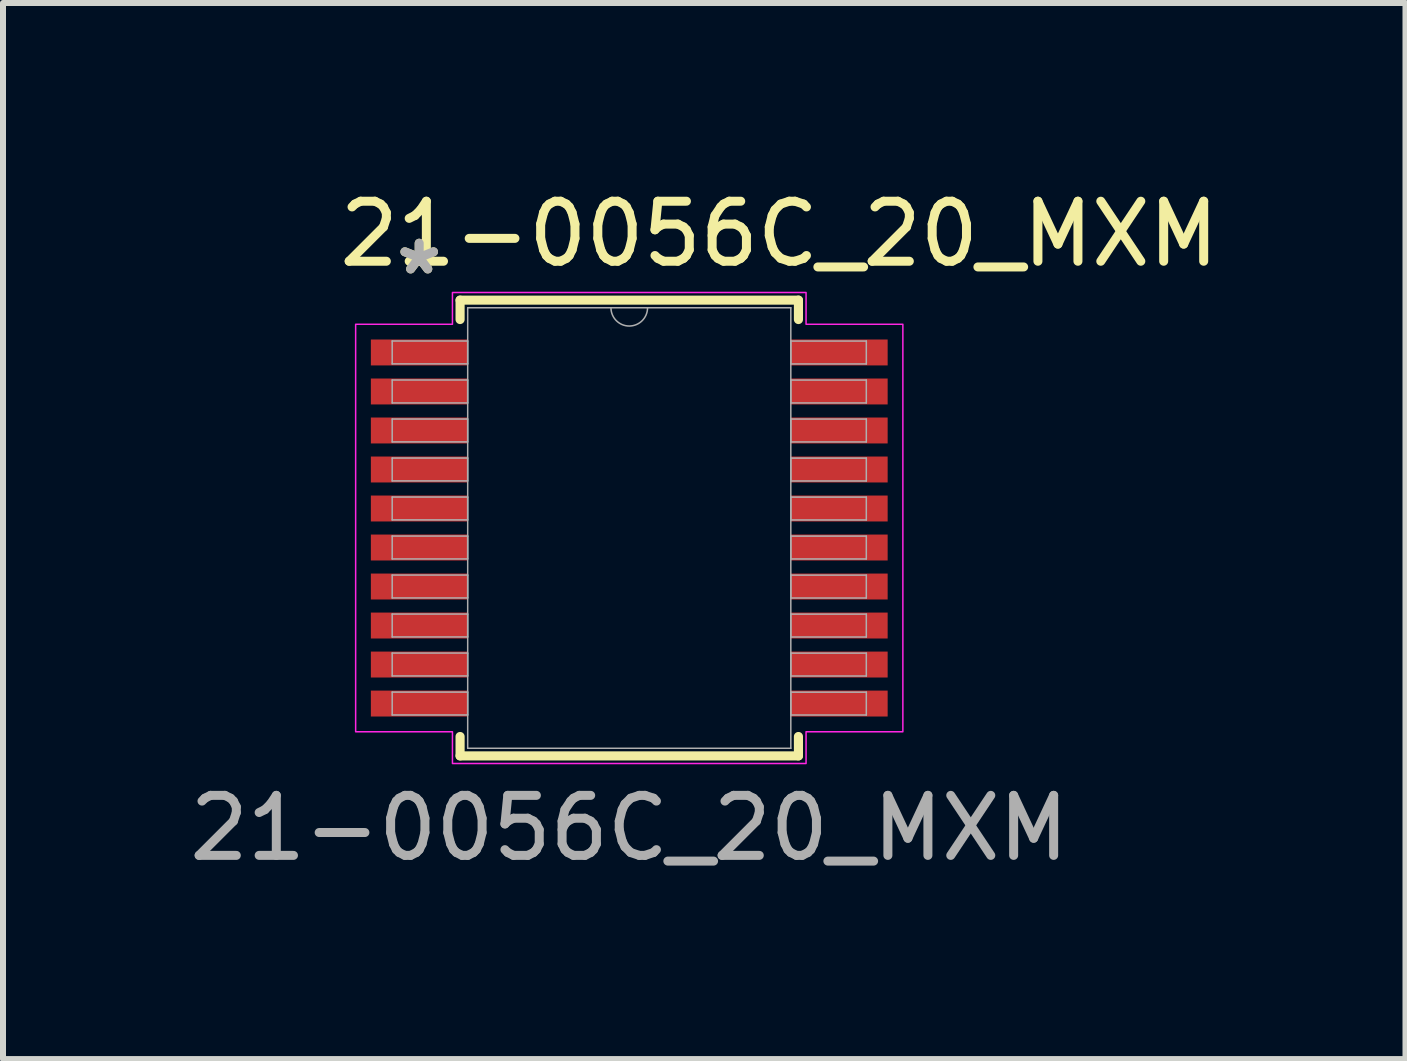
<source format=kicad_pcb>
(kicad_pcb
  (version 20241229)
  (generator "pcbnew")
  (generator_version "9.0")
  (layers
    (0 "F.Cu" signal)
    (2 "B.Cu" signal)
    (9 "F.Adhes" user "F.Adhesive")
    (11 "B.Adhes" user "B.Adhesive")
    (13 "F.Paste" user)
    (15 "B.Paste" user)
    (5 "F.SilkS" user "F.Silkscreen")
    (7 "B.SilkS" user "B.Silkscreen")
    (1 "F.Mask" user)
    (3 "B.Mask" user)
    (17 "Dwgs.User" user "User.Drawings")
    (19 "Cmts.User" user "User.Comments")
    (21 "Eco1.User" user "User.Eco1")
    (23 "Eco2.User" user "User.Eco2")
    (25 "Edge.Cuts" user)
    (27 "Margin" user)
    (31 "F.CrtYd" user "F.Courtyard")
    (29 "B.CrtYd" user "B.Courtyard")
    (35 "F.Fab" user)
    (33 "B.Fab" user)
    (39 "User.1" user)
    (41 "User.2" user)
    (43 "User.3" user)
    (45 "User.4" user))
  (footprint "21-0056C_20_MXM"
    (layer "F.Cu")
    (at 7.435 5.748)
    (property "Reference" "21-0056C_20_MXM" (at 2.5 -4.9 0) (unlocked yes) (layer "F.SilkS") (effects (font (size 1 1) (thickness 0.15))))
    (attr smd)
    (fp_line (start -2.819 -3.797) (end -2.819 -3.474) (stroke (width 0.152) (type solid)) (layer "F.SilkS"))
    (fp_line (start -2.819 3.474) (end -2.819 3.797) (stroke (width 0.152) (type solid)) (layer "F.SilkS"))
    (fp_line (start -2.819 3.797) (end 2.819 3.797) (stroke (width 0.152) (type solid)) (layer "F.SilkS"))
    (fp_line (start 2.819 -3.797) (end -2.819 -3.797) (stroke (width 0.152) (type solid)) (layer "F.SilkS"))
    (fp_line (start 2.819 -3.474) (end 2.819 -3.797) (stroke (width 0.152) (type solid)) (layer "F.SilkS"))
    (fp_line (start 2.819 3.797) (end 2.819 3.474) (stroke (width 0.152) (type solid)) (layer "F.SilkS"))
    (fp_poly (pts (xy -4.559 -3.395) (xy -2.946 -3.395) (xy -2.946 -3.924) (xy 2.946 -3.924) (xy 2.946 -3.395) (xy 4.559 -3.395) (xy 4.559 3.395) (xy 2.946 3.395) (xy 2.946 3.924) (xy -2.946 3.924) (xy -2.946 3.395) (xy -4.559 3.395)) (stroke (width 0.025) (type solid)) (fill no) (layer "F.CrtYd"))
    (fp_line (start -3.95 -3.116) (end -3.95 -2.735) (stroke (width 0.025) (type solid)) (layer "F.Fab"))
    (fp_line (start -3.95 -2.735) (end -2.692 -2.735) (stroke (width 0.025) (type solid)) (layer "F.Fab"))
    (fp_line (start -3.95 -2.466) (end -3.95 -2.084) (stroke (width 0.025) (type solid)) (layer "F.Fab"))
    (fp_line (start -3.95 -2.084) (end -2.692 -2.084) (stroke (width 0.025) (type solid)) (layer "F.Fab"))
    (fp_line (start -3.95 -1.816) (end -3.95 -1.435) (stroke (width 0.025) (type solid)) (layer "F.Fab"))
    (fp_line (start -3.95 -1.435) (end -2.692 -1.435) (stroke (width 0.025) (type solid)) (layer "F.Fab"))
    (fp_line (start -3.95 -1.166) (end -3.95 -0.785) (stroke (width 0.025) (type solid)) (layer "F.Fab"))
    (fp_line (start -3.95 -0.785) (end -2.692 -0.785) (stroke (width 0.025) (type solid)) (layer "F.Fab"))
    (fp_line (start -3.95 -0.516) (end -3.95 -0.135) (stroke (width 0.025) (type solid)) (layer "F.Fab"))
    (fp_line (start -3.95 -0.135) (end -2.692 -0.135) (stroke (width 0.025) (type solid)) (layer "F.Fab"))
    (fp_line (start -3.95 0.134) (end -3.95 0.515) (stroke (width 0.025) (type solid)) (layer "F.Fab"))
    (fp_line (start -3.95 0.515) (end -2.692 0.515) (stroke (width 0.025) (type solid)) (layer "F.Fab"))
    (fp_line (start -3.95 0.784) (end -3.95 1.165) (stroke (width 0.025) (type solid)) (layer "F.Fab"))
    (fp_line (start -3.95 1.165) (end -2.692 1.165) (stroke (width 0.025) (type solid)) (layer "F.Fab"))
    (fp_line (start -3.95 1.434) (end -3.95 1.815) (stroke (width 0.025) (type solid)) (layer "F.Fab"))
    (fp_line (start -3.95 1.815) (end -2.692 1.815) (stroke (width 0.025) (type solid)) (layer "F.Fab"))
    (fp_line (start -3.95 2.084) (end -3.95 2.465) (stroke (width 0.025) (type solid)) (layer "F.Fab"))
    (fp_line (start -3.95 2.465) (end -2.692 2.465) (stroke (width 0.025) (type solid)) (layer "F.Fab"))
    (fp_line (start -3.95 2.734) (end -3.95 3.115) (stroke (width 0.025) (type solid)) (layer "F.Fab"))
    (fp_line (start -3.95 3.115) (end -2.692 3.115) (stroke (width 0.025) (type solid)) (layer "F.Fab"))
    (fp_line (start -2.692 -3.67) (end -2.692 3.67) (stroke (width 0.025) (type solid)) (layer "F.Fab"))
    (fp_line (start -2.692 -3.116) (end -3.95 -3.116) (stroke (width 0.025) (type solid)) (layer "F.Fab"))
    (fp_line (start -2.692 -2.735) (end -2.692 -3.116) (stroke (width 0.025) (type solid)) (layer "F.Fab"))
    (fp_line (start -2.692 -2.466) (end -3.95 -2.466) (stroke (width 0.025) (type solid)) (layer "F.Fab"))
    (fp_line (start -2.692 -2.084) (end -2.692 -2.466) (stroke (width 0.025) (type solid)) (layer "F.Fab"))
    (fp_line (start -2.692 -1.816) (end -3.95 -1.816) (stroke (width 0.025) (type solid)) (layer "F.Fab"))
    (fp_line (start -2.692 -1.435) (end -2.692 -1.816) (stroke (width 0.025) (type solid)) (layer "F.Fab"))
    (fp_line (start -2.692 -1.166) (end -3.95 -1.166) (stroke (width 0.025) (type solid)) (layer "F.Fab"))
    (fp_line (start -2.692 -0.785) (end -2.692 -1.166) (stroke (width 0.025) (type solid)) (layer "F.Fab"))
    (fp_line (start -2.692 -0.516) (end -3.95 -0.516) (stroke (width 0.025) (type solid)) (layer "F.Fab"))
    (fp_line (start -2.692 -0.135) (end -2.692 -0.516) (stroke (width 0.025) (type solid)) (layer "F.Fab"))
    (fp_line (start -2.692 0.134) (end -3.95 0.134) (stroke (width 0.025) (type solid)) (layer "F.Fab"))
    (fp_line (start -2.692 0.515) (end -2.692 0.134) (stroke (width 0.025) (type solid)) (layer "F.Fab"))
    (fp_line (start -2.692 0.784) (end -3.95 0.784) (stroke (width 0.025) (type solid)) (layer "F.Fab"))
    (fp_line (start -2.692 1.165) (end -2.692 0.784) (stroke (width 0.025) (type solid)) (layer "F.Fab"))
    (fp_line (start -2.692 1.434) (end -3.95 1.434) (stroke (width 0.025) (type solid)) (layer "F.Fab"))
    (fp_line (start -2.692 1.815) (end -2.692 1.434) (stroke (width 0.025) (type solid)) (layer "F.Fab"))
    (fp_line (start -2.692 2.084) (end -3.95 2.084) (stroke (width 0.025) (type solid)) (layer "F.Fab"))
    (fp_line (start -2.692 2.465) (end -2.692 2.084) (stroke (width 0.025) (type solid)) (layer "F.Fab"))
    (fp_line (start -2.692 2.734) (end -3.95 2.734) (stroke (width 0.025) (type solid)) (layer "F.Fab"))
    (fp_line (start -2.692 3.115) (end -2.692 2.734) (stroke (width 0.025) (type solid)) (layer "F.Fab"))
    (fp_line (start -2.692 3.67) (end 2.692 3.67) (stroke (width 0.025) (type solid)) (layer "F.Fab"))
    (fp_line (start 2.692 -3.67) (end -2.692 -3.67) (stroke (width 0.025) (type solid)) (layer "F.Fab"))
    (fp_line (start 2.692 -3.115) (end 2.692 -2.734) (stroke (width 0.025) (type solid)) (layer "F.Fab"))
    (fp_line (start 2.692 -2.734) (end 3.95 -2.734) (stroke (width 0.025) (type solid)) (layer "F.Fab"))
    (fp_line (start 2.692 -2.465) (end 2.692 -2.084) (stroke (width 0.025) (type solid)) (layer "F.Fab"))
    (fp_line (start 2.692 -2.084) (end 3.95 -2.084) (stroke (width 0.025) (type solid)) (layer "F.Fab"))
    (fp_line (start 2.692 -1.815) (end 2.692 -1.434) (stroke (width 0.025) (type solid)) (layer "F.Fab"))
    (fp_line (start 2.692 -1.434) (end 3.95 -1.434) (stroke (width 0.025) (type solid)) (layer "F.Fab"))
    (fp_line (start 2.692 -1.165) (end 2.692 -0.784) (stroke (width 0.025) (type solid)) (layer "F.Fab"))
    (fp_line (start 2.692 -0.784) (end 3.95 -0.784) (stroke (width 0.025) (type solid)) (layer "F.Fab"))
    (fp_line (start 2.692 -0.515) (end 2.692 -0.134) (stroke (width 0.025) (type solid)) (layer "F.Fab"))
    (fp_line (start 2.692 -0.134) (end 3.95 -0.134) (stroke (width 0.025) (type solid)) (layer "F.Fab"))
    (fp_line (start 2.692 0.135) (end 2.692 0.516) (stroke (width 0.025) (type solid)) (layer "F.Fab"))
    (fp_line (start 2.692 0.516) (end 3.95 0.516) (stroke (width 0.025) (type solid)) (layer "F.Fab"))
    (fp_line (start 2.692 0.785) (end 2.692 1.166) (stroke (width 0.025) (type solid)) (layer "F.Fab"))
    (fp_line (start 2.692 1.166) (end 3.95 1.166) (stroke (width 0.025) (type solid)) (layer "F.Fab"))
    (fp_line (start 2.692 1.435) (end 2.692 1.816) (stroke (width 0.025) (type solid)) (layer "F.Fab"))
    (fp_line (start 2.692 1.816) (end 3.95 1.816) (stroke (width 0.025) (type solid)) (layer "F.Fab"))
    (fp_line (start 2.692 2.085) (end 2.692 2.466) (stroke (width 0.025) (type solid)) (layer "F.Fab"))
    (fp_line (start 2.692 2.466) (end 3.95 2.466) (stroke (width 0.025) (type solid)) (layer "F.Fab"))
    (fp_line (start 2.692 2.735) (end 2.692 3.116) (stroke (width 0.025) (type solid)) (layer "F.Fab"))
    (fp_line (start 2.692 3.116) (end 3.95 3.116) (stroke (width 0.025) (type solid)) (layer "F.Fab"))
    (fp_line (start 2.692 3.67) (end 2.692 -3.67) (stroke (width 0.025) (type solid)) (layer "F.Fab"))
    (fp_line (start 3.95 -3.115) (end 2.692 -3.115) (stroke (width 0.025) (type solid)) (layer "F.Fab"))
    (fp_line (start 3.95 -2.734) (end 3.95 -3.115) (stroke (width 0.025) (type solid)) (layer "F.Fab"))
    (fp_line (start 3.95 -2.465) (end 2.692 -2.465) (stroke (width 0.025) (type solid)) (layer "F.Fab"))
    (fp_line (start 3.95 -2.084) (end 3.95 -2.465) (stroke (width 0.025) (type solid)) (layer "F.Fab"))
    (fp_line (start 3.95 -1.815) (end 2.692 -1.815) (stroke (width 0.025) (type solid)) (layer "F.Fab"))
    (fp_line (start 3.95 -1.434) (end 3.95 -1.815) (stroke (width 0.025) (type solid)) (layer "F.Fab"))
    (fp_line (start 3.95 -1.165) (end 2.692 -1.165) (stroke (width 0.025) (type solid)) (layer "F.Fab"))
    (fp_line (start 3.95 -0.784) (end 3.95 -1.165) (stroke (width 0.025) (type solid)) (layer "F.Fab"))
    (fp_line (start 3.95 -0.515) (end 2.692 -0.515) (stroke (width 0.025) (type solid)) (layer "F.Fab"))
    (fp_line (start 3.95 -0.134) (end 3.95 -0.515) (stroke (width 0.025) (type solid)) (layer "F.Fab"))
    (fp_line (start 3.95 0.135) (end 2.692 0.135) (stroke (width 0.025) (type solid)) (layer "F.Fab"))
    (fp_line (start 3.95 0.516) (end 3.95 0.135) (stroke (width 0.025) (type solid)) (layer "F.Fab"))
    (fp_line (start 3.95 0.785) (end 2.692 0.785) (stroke (width 0.025) (type solid)) (layer "F.Fab"))
    (fp_line (start 3.95 1.166) (end 3.95 0.785) (stroke (width 0.025) (type solid)) (layer "F.Fab"))
    (fp_line (start 3.95 1.435) (end 2.692 1.435) (stroke (width 0.025) (type solid)) (layer "F.Fab"))
    (fp_line (start 3.95 1.816) (end 3.95 1.435) (stroke (width 0.025) (type solid)) (layer "F.Fab"))
    (fp_line (start 3.95 2.085) (end 2.692 2.085) (stroke (width 0.025) (type solid)) (layer "F.Fab"))
    (fp_line (start 3.95 2.466) (end 3.95 2.085) (stroke (width 0.025) (type solid)) (layer "F.Fab"))
    (fp_line (start 3.95 2.735) (end 2.692 2.735) (stroke (width 0.025) (type solid)) (layer "F.Fab"))
    (fp_line (start 3.95 3.116) (end 3.95 2.735) (stroke (width 0.025) (type solid)) (layer "F.Fab"))
    (fp_arc (start 0.3048 -3.6703) (mid 0 -3.3655) (end -0.3048 -3.6703) (stroke (width 0.0254) (type solid)) (layer "F.Fab"))
    (fp_text user "*" (at -3.5 -4.2 0) (unlocked yes) (layer "F.SilkS") (effects (font (size 1 1) (thickness 0.15))))
    (fp_text user "*" (at -3.5 -4.2 0) (layer "F.Fab") (effects (font (size 1 1) (thickness 0.15))))
    (fp_text user "${REFERENCE}" (at 0 5 0) (unlocked yes) (layer "F.Fab") (effects (font (size 1 1) (thickness 0.15))))
    (pad "1" smd rect (at -3.499 -2.925) (size 1.613 0.432) (layers "F.Cu" "F.Mask" "F.Paste"))
    (pad "2" smd rect (at -3.499 -2.275) (size 1.613 0.432) (layers "F.Cu" "F.Mask" "F.Paste"))
    (pad "3" smd rect (at -3.499 -1.625) (size 1.613 0.432) (layers "F.Cu" "F.Mask" "F.Paste"))
    (pad "4" smd rect (at -3.499 -0.975) (size 1.613 0.432) (layers "F.Cu" "F.Mask" "F.Paste"))
    (pad "5" smd rect (at -3.499 -0.325) (size 1.613 0.432) (layers "F.Cu" "F.Mask" "F.Paste"))
    (pad "6" smd rect (at -3.499 0.325) (size 1.613 0.432) (layers "F.Cu" "F.Mask" "F.Paste"))
    (pad "7" smd rect (at -3.499 0.975) (size 1.613 0.432) (layers "F.Cu" "F.Mask" "F.Paste"))
    (pad "8" smd rect (at -3.499 1.625) (size 1.613 0.432) (layers "F.Cu" "F.Mask" "F.Paste"))
    (pad "9" smd rect (at -3.499 2.275) (size 1.613 0.432) (layers "F.Cu" "F.Mask" "F.Paste"))
    (pad "10" smd rect (at -3.499 2.925) (size 1.613 0.432) (layers "F.Cu" "F.Mask" "F.Paste"))
    (pad "11" smd rect (at 3.499 2.925) (size 1.613 0.432) (layers "F.Cu" "F.Mask" "F.Paste"))
    (pad "12" smd rect (at 3.499 2.275) (size 1.613 0.432) (layers "F.Cu" "F.Mask" "F.Paste"))
    (pad "13" smd rect (at 3.499 1.625) (size 1.613 0.432) (layers "F.Cu" "F.Mask" "F.Paste"))
    (pad "14" smd rect (at 3.499 0.975) (size 1.613 0.432) (layers "F.Cu" "F.Mask" "F.Paste"))
    (pad "15" smd rect (at 3.499 0.325) (size 1.613 0.432) (layers "F.Cu" "F.Mask" "F.Paste"))
    (pad "16" smd rect (at 3.499 -0.325) (size 1.613 0.432) (layers "F.Cu" "F.Mask" "F.Paste"))
    (pad "17" smd rect (at 3.499 -0.975) (size 1.613 0.432) (layers "F.Cu" "F.Mask" "F.Paste"))
    (pad "18" smd rect (at 3.499 -1.625) (size 1.613 0.432) (layers "F.Cu" "F.Mask" "F.Paste"))
    (pad "19" smd rect (at 3.499 -2.275) (size 1.613 0.432) (layers "F.Cu" "F.Mask" "F.Paste"))
    (pad "20" smd rect (at 3.499 -2.925) (size 1.613 0.432) (layers "F.Cu" "F.Mask" "F.Paste")))
  (gr_rect
    (start -3 -3)
    (end 20.369 14.597)
    (stroke (width 0.1) (type default))
    (fill no)
    (layer "Edge.Cuts")))
</source>
